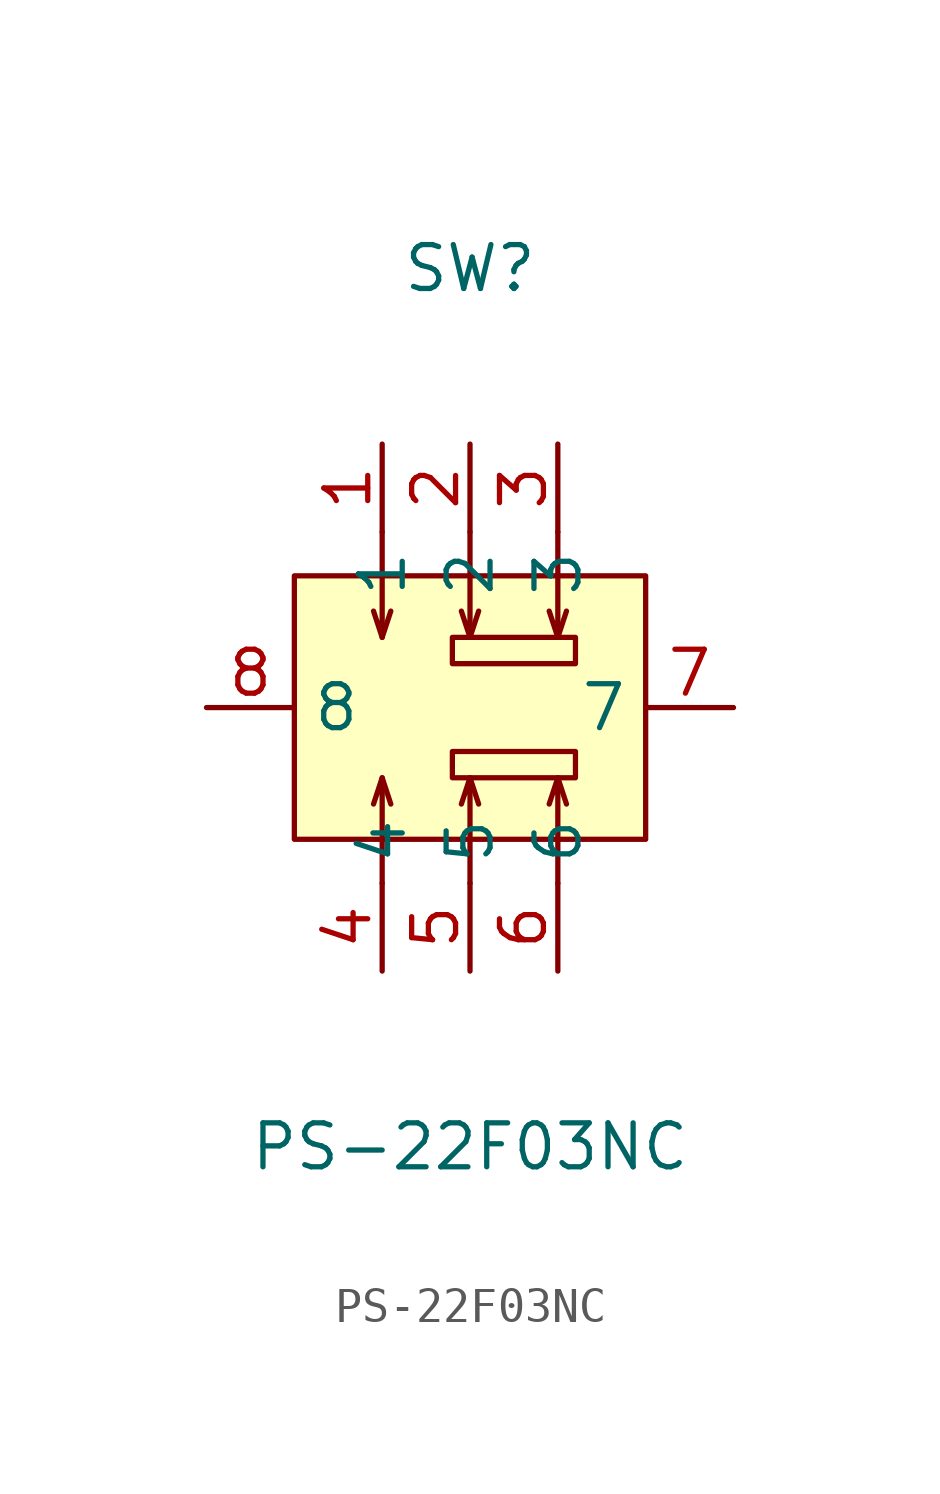
<source format=kicad_sym>
(kicad_symbol_lib
  (version 20211014)
  (generator https://github.com/uPesy/easyeda2kicad.py)
  (symbol "PS-22F03NC"
    (property "Reference" "SW"
      (at 0 12.70 0)
      (effects (font (size 1.27 1.27))))
    (property "Value" "PS-22F03NC"
      (at 0 -12.70 0)
      (effects (font (size 1.27 1.27))))
    (symbol "PS-22F03NC_0_1"
      (rectangle (start -5.08 3.81) (end 5.08 -3.81) (stroke (width 0) (type default) (color 0 0 0 0)) (fill (type background)))
      (rectangle (start -0.51 -1.27) (end 3.05 -2.03) (stroke (width 0) (type default) (color 0 0 0 0)) (fill (type background)))
      (rectangle (start -0.51 2.03) (end 3.05 1.27) (stroke (width 0) (type default) (color 0 0 0 0)) (fill (type background)))
      (polyline (pts (xy 2.54 -5.08) (xy 2.54 -2.03) (xy 2.29 -2.79)) (stroke (width 0) (type default) (color 0 0 0 0)) (fill (type none)))
      (polyline (pts (xy 2.54 -2.03) (xy 2.79 -2.79)) (stroke (width 0) (type default) (color 0 0 0 0)) (fill (type none)))
      (polyline (pts (xy 0.00 -5.08) (xy 0.00 -2.03) (xy -0.25 -2.79)) (stroke (width 0) (type default) (color 0 0 0 0)) (fill (type none)))
      (polyline (pts (xy 0.00 -2.03) (xy 0.25 -2.79)) (stroke (width 0) (type default) (color 0 0 0 0)) (fill (type none)))
      (polyline (pts (xy -2.54 -5.08) (xy -2.54 -2.03) (xy -2.79 -2.79)) (stroke (width 0) (type default) (color 0 0 0 0)) (fill (type none)))
      (polyline (pts (xy -2.54 -2.03) (xy -2.29 -2.79)) (stroke (width 0) (type default) (color 0 0 0 0)) (fill (type none)))
      (polyline (pts (xy 2.54 5.08) (xy 2.54 2.03) (xy 2.29 2.79)) (stroke (width 0) (type default) (color 0 0 0 0)) (fill (type none)))
      (polyline (pts (xy 2.54 2.03) (xy 2.79 2.79)) (stroke (width 0) (type default) (color 0 0 0 0)) (fill (type none)))
      (polyline (pts (xy 0.00 5.08) (xy 0.00 2.03) (xy -0.25 2.79)) (stroke (width 0) (type default) (color 0 0 0 0)) (fill (type none)))
      (polyline (pts (xy 0.00 2.03) (xy 0.25 2.79)) (stroke (width 0) (type default) (color 0 0 0 0)) (fill (type none)))
      (polyline (pts (xy -2.54 5.08) (xy -2.54 2.03) (xy -2.79 2.79)) (stroke (width 0) (type default) (color 0 0 0 0)) (fill (type none)))
      (polyline (pts (xy -2.54 2.03) (xy -2.29 2.79)) (stroke (width 0) (type default) (color 0 0 0 0)) (fill (type none)))
      (pin unspecified line (at -2.54 7.62 270) (length 2.54) (name "1" (effects (font (size 1.27 1.27)))) (number "1" (effects (font (size 1.27 1.27)))))
      (pin unspecified line (at 0.00 7.62 270) (length 2.54) (name "2" (effects (font (size 1.27 1.27)))) (number "2" (effects (font (size 1.27 1.27)))))
      (pin unspecified line (at 2.54 7.62 270) (length 2.54) (name "3" (effects (font (size 1.27 1.27)))) (number "3" (effects (font (size 1.27 1.27)))))
      (pin unspecified line (at -2.54 -7.62 90) (length 2.54) (name "4" (effects (font (size 1.27 1.27)))) (number "4" (effects (font (size 1.27 1.27)))))
      (pin unspecified line (at 0.00 -7.62 90) (length 2.54) (name "5" (effects (font (size 1.27 1.27)))) (number "5" (effects (font (size 1.27 1.27)))))
      (pin unspecified line (at 2.54 -7.62 90) (length 2.54) (name "6" (effects (font (size 1.27 1.27)))) (number "6" (effects (font (size 1.27 1.27)))))
      (pin unspecified line (at 7.62 -0.00 180) (length 2.54) (name "7" (effects (font (size 1.27 1.27)))) (number "7" (effects (font (size 1.27 1.27)))))
      (pin unspecified line (at -7.62 -0.00 0) (length 2.54) (name "8" (effects (font (size 1.27 1.27)))) (number "8" (effects (font (size 1.27 1.27))))))))
</source>
